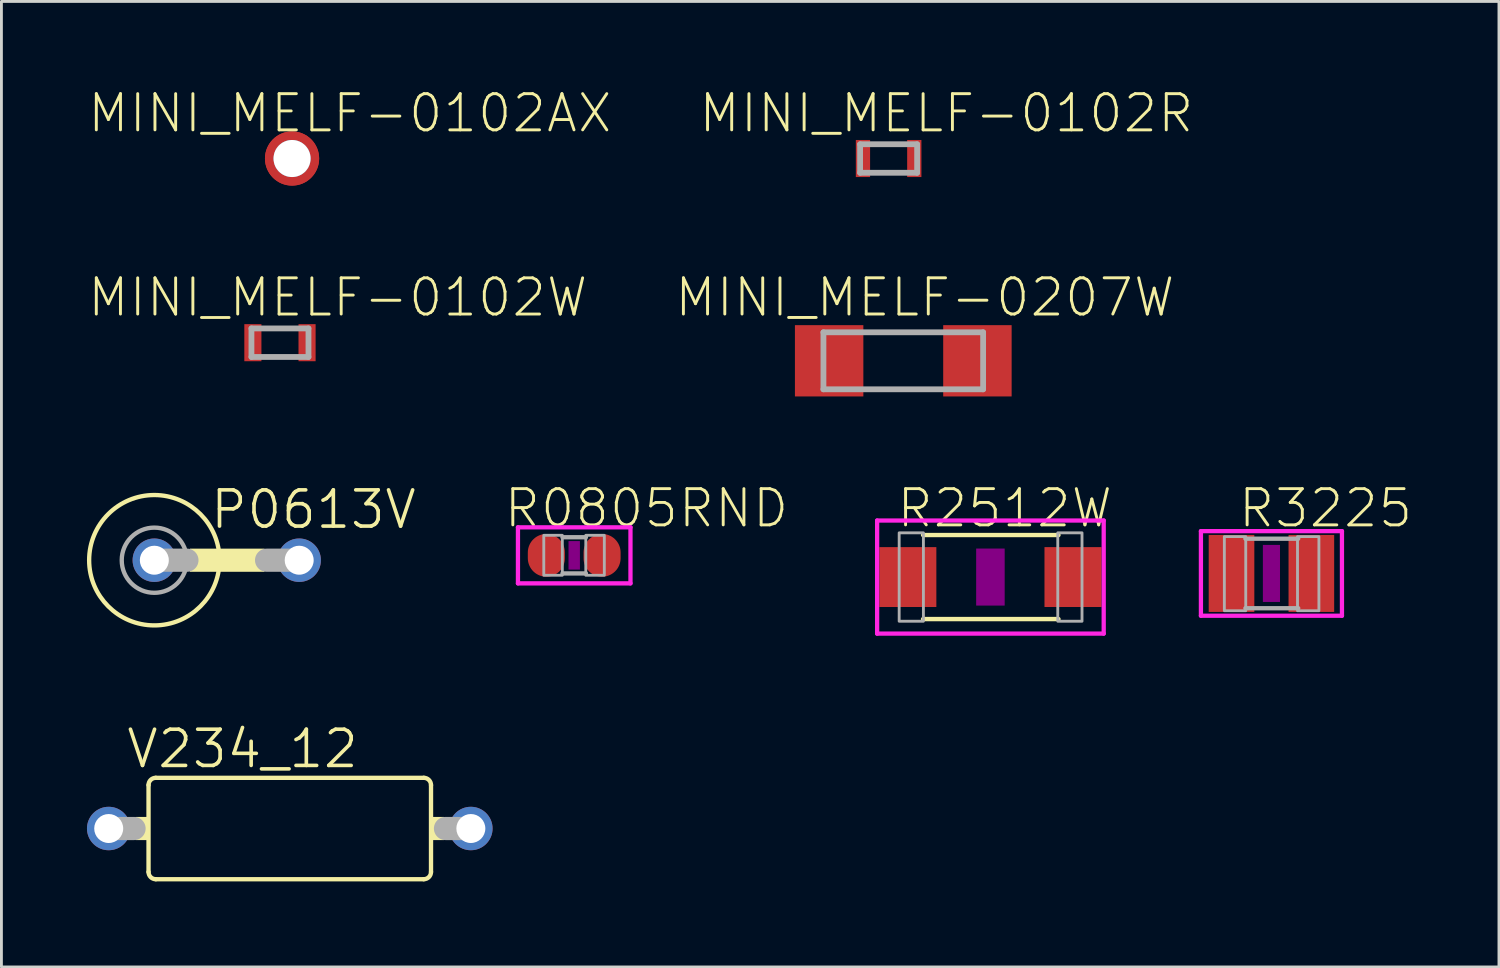
<source format=kicad_pcb>
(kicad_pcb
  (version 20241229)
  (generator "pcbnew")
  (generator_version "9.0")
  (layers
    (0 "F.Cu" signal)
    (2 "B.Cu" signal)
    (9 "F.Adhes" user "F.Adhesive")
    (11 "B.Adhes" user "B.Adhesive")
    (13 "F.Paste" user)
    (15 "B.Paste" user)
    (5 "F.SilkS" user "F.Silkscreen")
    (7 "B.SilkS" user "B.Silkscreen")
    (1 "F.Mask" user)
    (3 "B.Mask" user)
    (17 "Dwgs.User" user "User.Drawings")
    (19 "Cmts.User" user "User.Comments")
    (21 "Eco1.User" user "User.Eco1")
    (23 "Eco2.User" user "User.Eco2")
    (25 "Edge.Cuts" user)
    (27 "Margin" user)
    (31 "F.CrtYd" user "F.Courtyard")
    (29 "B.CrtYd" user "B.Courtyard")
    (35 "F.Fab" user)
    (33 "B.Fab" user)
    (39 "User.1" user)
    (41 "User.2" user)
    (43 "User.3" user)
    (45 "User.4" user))
  (footprint "R3225"
    (layer "F.Cu")
    (at 41.538 17.06)
    (property "Reference" "R3225" (at 1.899 -2.286 0) (layer "F.SilkS") (effects (font (size 1.27 1.27) (thickness 0.102))))
    (attr through_hole)
    (fp_poly (pts (xy -0.3 -1) (xy 0.3 -1) (xy 0.3 1) (xy -0.3 1)) (stroke (width 0) (type solid)) (fill yes) (layer "F.Adhes"))
    (fp_line (start -2.473 -1.483) (end 2.473 -1.483) (stroke (width 0.15) (type solid)) (layer "F.CrtYd"))
    (fp_line (start -2.473 1.483) (end -2.473 -1.483) (stroke (width 0.15) (type solid)) (layer "F.CrtYd"))
    (fp_line (start 2.473 -1.483) (end 2.473 1.483) (stroke (width 0.15) (type solid)) (layer "F.CrtYd"))
    (fp_line (start 2.473 1.483) (end -2.473 1.483) (stroke (width 0.15) (type solid)) (layer "F.CrtYd"))
    (fp_line (start -0.913 -1.219) (end 0.939 -1.219) (stroke (width 0.152) (type solid)) (layer "F.Fab"))
    (fp_line (start -0.913 1.219) (end 0.939 1.219) (stroke (width 0.152) (type solid)) (layer "F.Fab"))
    (fp_poly (pts (xy -1.651 -1.292) (xy -0.901 -1.292) (xy -0.901 1.308) (xy -1.651 1.308)) (stroke (width 0.1) (type solid)) (fill no) (layer "F.Fab"))
    (fp_poly (pts (xy 0.914 -1.292) (xy 1.665 -1.292) (xy 1.665 1.308) (xy 0.914 1.308)) (stroke (width 0.1) (type solid)) (fill no) (layer "F.Fab"))
    (pad "1" smd rect (at -1.4 0) (size 1.6 2.7) (layers "F.Cu" "F.Mask" "F.Paste"))
    (pad "2" smd rect (at 1.4 0) (size 1.6 2.7) (layers "F.Cu" "F.Mask" "F.Paste")))
  (footprint "MINI_MELF-0102W"
    (layer "F.Cu")
    (at 6.768 8.968)
    (property "Reference" "MINI_MELF-0102W" (at 2.026 -1.587 0) (layer "F.SilkS") (effects (font (size 1.27 1.27) (thickness 0.102))))
    (attr through_hole)
    (fp_line (start -1 -0.5) (end -1 0.5) (stroke (width 0.203) (type solid)) (layer "F.Fab"))
    (fp_line (start -1 0.5) (end 1 0.5) (stroke (width 0.203) (type solid)) (layer "F.Fab"))
    (fp_line (start 1 -0.5) (end -1 -0.5) (stroke (width 0.203) (type solid)) (layer "F.Fab"))
    (fp_line (start 1 0.5) (end 1 -0.5) (stroke (width 0.203) (type solid)) (layer "F.Fab"))
    (pad "1" smd rect (at -0.95 0) (size 0.6 1.3) (layers "F.Cu" "F.Mask" "F.Paste"))
    (pad "2" smd rect (at 0.95 0) (size 0.6 1.3) (layers "F.Cu" "F.Mask" "F.Paste")))
  (footprint "MINI_MELF-0207W"
    (layer "F.Cu")
    (at 28.627 9.603)
    (property "Reference" "MINI_MELF-0207W" (at 0.756 -2.223 0) (layer "F.SilkS") (effects (font (size 1.27 1.27) (thickness 0.102))))
    (attr through_hole)
    (fp_line (start -2.8 -1) (end -2.8 1) (stroke (width 0.203) (type solid)) (layer "F.Fab"))
    (fp_line (start -2.8 1) (end 2.8 1) (stroke (width 0.203) (type solid)) (layer "F.Fab"))
    (fp_line (start 2.8 -1) (end -2.8 -1) (stroke (width 0.203) (type solid)) (layer "F.Fab"))
    (fp_line (start 2.8 1) (end 2.8 -1) (stroke (width 0.203) (type solid)) (layer "F.Fab"))
    (pad "1" smd rect (at -2.6 0) (size 2.4 2.5) (layers "F.Cu" "F.Mask" "F.Paste"))
    (pad "2" smd rect (at 2.6 0) (size 2.4 2.5) (layers "F.Cu" "F.Mask" "F.Paste")))
  (footprint "MINI_MELF-0102R"
    (layer "F.Cu")
    (at 28.113 2.509)
    (property "Reference" "MINI_MELF-0102R" (at 2.026 -1.587 0) (layer "F.SilkS") (effects (font (size 1.27 1.27) (thickness 0.102))))
    (attr through_hole)
    (fp_line (start -1 -0.5) (end -1 0.5) (stroke (width 0.203) (type solid)) (layer "F.Fab"))
    (fp_line (start -1 0.5) (end 1 0.5) (stroke (width 0.203) (type solid)) (layer "F.Fab"))
    (fp_line (start 1 -0.5) (end -1 -0.5) (stroke (width 0.203) (type solid)) (layer "F.Fab"))
    (fp_line (start 1 0.5) (end 1 -0.5) (stroke (width 0.203) (type solid)) (layer "F.Fab"))
    (pad "1" smd rect (at -0.9 0) (size 0.5 1.3) (layers "F.Cu" "F.Mask" "F.Paste"))
    (pad "2" smd rect (at 0.9 0) (size 0.5 1.3) (layers "F.Cu" "F.Mask" "F.Paste")))
  (footprint "V234_12"
    (layer "F.Cu")
    (at 7.112 26.005)
    (property "Reference" "V234_12" (at -1.657 -2.794 0) (layer "F.SilkS") (effects (font (size 1.27 1.27) (thickness 0.127))))
    (attr through_hole)
    (fp_line (start -4.953 -1.524) (end -4.953 1.524) (stroke (width 0.152) (type solid)) (layer "F.SilkS"))
    (fp_line (start -4.699 -1.778) (end 4.699 -1.778) (stroke (width 0.152) (type solid)) (layer "F.SilkS"))
    (fp_line (start 4.699 1.778) (end -4.699 1.778) (stroke (width 0.152) (type solid)) (layer "F.SilkS"))
    (fp_line (start 4.953 -1.524) (end 4.953 1.524) (stroke (width 0.152) (type solid)) (layer "F.SilkS"))
    (fp_arc (start -4.953 -1.524) (mid -4.878605 -1.703605) (end -4.699 -1.778) (stroke (width 0.1524) (type solid)) (layer "F.SilkS"))
    (fp_arc (start -4.699 1.778) (mid -4.878605 1.703605) (end -4.953 1.524) (stroke (width 0.1524) (type solid)) (layer "F.SilkS"))
    (fp_arc (start 4.699 -1.778) (mid 4.878605 -1.703605) (end 4.953 -1.524) (stroke (width 0.1524) (type solid)) (layer "F.SilkS"))
    (fp_arc (start 4.953 1.524) (mid 4.878605 1.703605) (end 4.699 1.778) (stroke (width 0.1524) (type solid)) (layer "F.SilkS"))
    (fp_poly (pts (xy -5.41 -0.406) (xy -4.953 -0.406) (xy -4.953 0.406) (xy -5.41 0.406)) (stroke (width 0) (type solid)) (fill yes) (layer "F.SilkS"))
    (fp_poly (pts (xy 4.953 -0.406) (xy 5.41 -0.406) (xy 5.41 0.406) (xy 4.953 0.406)) (stroke (width 0) (type solid)) (fill yes) (layer "F.SilkS"))
    (fp_line (start -6.35 0) (end -5.461 0) (stroke (width 0.813) (type solid)) (layer "F.Fab"))
    (fp_line (start 6.35 0) (end 5.461 0) (stroke (width 0.813) (type solid)) (layer "F.Fab"))
    (pad "1" thru_hole circle (at -6.35 0) (size 1.524 1.524) (drill 1.016) (layers "*.Cu" "*.Mask"))
    (pad "2" thru_hole circle (at 6.35 0) (size 1.524 1.524) (drill 1.016) (layers "*.Cu" "*.Mask")))
  (footprint "R0805RND"
    (layer "F.Cu")
    (at 17.087 16.425)
    (property "Reference" "R0805RND" (at 2.534 -1.651 0) (layer "F.SilkS") (effects (font (size 1.27 1.27) (thickness 0.102))))
    (attr through_hole)
    (fp_poly (pts (xy -0.2 -0.5) (xy 0.2 -0.5) (xy 0.2 0.5) (xy -0.2 0.5)) (stroke (width 0) (type solid)) (fill yes) (layer "F.Adhes"))
    (fp_line (start -1.973 -0.983) (end 1.973 -0.983) (stroke (width 0.15) (type solid)) (layer "F.CrtYd"))
    (fp_line (start -1.973 0.983) (end -1.973 -0.983) (stroke (width 0.15) (type solid)) (layer "F.CrtYd"))
    (fp_line (start 1.973 -0.983) (end 1.973 0.983) (stroke (width 0.15) (type solid)) (layer "F.CrtYd"))
    (fp_line (start 1.973 0.983) (end -1.973 0.983) (stroke (width 0.15) (type solid)) (layer "F.CrtYd"))
    (fp_line (start -0.41 -0.635) (end 0.41 -0.635) (stroke (width 0.152) (type solid)) (layer "F.Fab"))
    (fp_line (start -0.41 0.635) (end 0.41 0.635) (stroke (width 0.152) (type solid)) (layer "F.Fab"))
    (fp_poly (pts (xy -1.067 -0.702) (xy -0.417 -0.702) (xy -0.417 0.699) (xy -1.067 0.699)) (stroke (width 0.1) (type solid)) (fill no) (layer "F.Fab"))
    (fp_poly (pts (xy 0.406 -0.702) (xy 1.056 -0.702) (xy 1.056 0.699) (xy 0.406 0.699)) (stroke (width 0.1) (type solid)) (fill no) (layer "F.Fab"))
    (pad "1" smd oval (at -0.977 0) (size 1.3 1.5) (layers "F.Cu" "F.Mask" "F.Paste"))
    (pad "2" smd oval (at 0.977 0) (size 1.3 1.5) (layers "F.Cu" "F.Mask" "F.Paste")))
  (footprint "R2512W"
    (layer "F.Cu")
    (at 31.683 17.187)
    (property "Reference" "R2512W" (at 0.502 -2.413 0) (layer "F.SilkS") (effects (font (size 1.27 1.27) (thickness 0.102))))
    (attr through_hole)
    (fp_line (start -2.362 -1.473) (end 2.387 -1.473) (stroke (width 0.152) (type solid)) (layer "F.SilkS"))
    (fp_line (start -2.362 1.473) (end 2.387 1.473) (stroke (width 0.152) (type solid)) (layer "F.SilkS"))
    (fp_poly (pts (xy -0.5 -1) (xy 0.5 -1) (xy 0.5 1) (xy -0.5 1)) (stroke (width 0) (type solid)) (fill yes) (layer "F.Adhes"))
    (fp_line (start -3.973 -1.983) (end 3.973 -1.983) (stroke (width 0.15) (type solid)) (layer "F.CrtYd"))
    (fp_line (start -3.973 1.983) (end -3.973 -1.983) (stroke (width 0.15) (type solid)) (layer "F.CrtYd"))
    (fp_line (start 3.973 -1.983) (end 3.973 1.983) (stroke (width 0.15) (type solid)) (layer "F.CrtYd"))
    (fp_line (start 3.973 1.983) (end -3.973 1.983) (stroke (width 0.15) (type solid)) (layer "F.CrtYd"))
    (fp_poly (pts (xy -3.2 -1.551) (xy -2.35 -1.551) (xy -2.35 1.549) (xy -3.2 1.549)) (stroke (width 0.1) (type solid)) (fill no) (layer "F.Fab"))
    (fp_poly (pts (xy 2.362 -1.551) (xy 3.212 -1.551) (xy 3.212 1.549) (xy 2.362 1.549)) (stroke (width 0.1) (type solid)) (fill no) (layer "F.Fab"))
    (pad "1" smd rect (at -2.896 0) (size 2 2.1) (layers "F.Cu" "F.Mask" "F.Paste"))
    (pad "2" smd rect (at 2.896 0) (size 2 2.1) (layers "F.Cu" "F.Mask" "F.Paste")))
  (footprint "MINI_MELF-0102AX"
    (layer "F.Cu")
    (at 7.192 2.509)
    (property "Reference" "MINI_MELF-0102AX" (at 2.026 -1.587 0) (layer "F.SilkS") (effects (font (size 1.27 1.27) (thickness 0.102))))
    (attr through_hole)
    (fp_poly (pts (xy 0.6 0) (xy 0.58 0.155) (xy 0.52 0.3) (xy 0.424 0.424) (xy 0.3 0.52) (xy 0.155 0.58) (xy 0 0.6) (xy -0.155 0.58) (xy -0.3 0.52) (xy -0.424 0.424) (xy -0.52 0.3) (xy -0.58 0.155) (xy -0.6 0) (xy -0.58 -0.155) (xy -0.52 -0.3) (xy -0.424 -0.424) (xy -0.3 -0.52) (xy -0.155 -0.58) (xy 0 -0.6) (xy 0.155 -0.58) (xy 0.3 -0.52) (xy 0.424 -0.424) (xy 0.52 -0.3) (xy 0.58 -0.155)) (stroke (width 0.1) (type solid)) (fill no) (layer "B.Fab"))
    (fp_poly (pts (xy 0.6 0) (xy 0.58 0.155) (xy 0.52 0.3) (xy 0.424 0.424) (xy 0.3 0.52) (xy 0.155 0.58) (xy 0 0.6) (xy -0.155 0.58) (xy -0.3 0.52) (xy -0.424 0.424) (xy -0.52 0.3) (xy -0.58 0.155) (xy -0.6 0) (xy -0.58 -0.155) (xy -0.52 -0.3) (xy -0.424 -0.424) (xy -0.3 -0.52) (xy -0.155 -0.58) (xy 0 -0.6) (xy 0.155 -0.58) (xy 0.3 -0.52) (xy 0.424 -0.424) (xy 0.52 -0.3) (xy 0.58 -0.155)) (stroke (width 0.1) (type solid)) (fill no) (layer "F.Fab"))
    (pad "" np_thru_hole circle (at 0 0) (size 1.3 1.3) (drill 1.3) (layers "*.Cu"))
    (pad "1" smd oval (at 0 0) (size 1.9 1.9) (layers "F.Cu" "F.Mask" "F.Paste"))
    (pad "2" smd oval (at 0 0) (size 1.9 1.9) (layers "F.Cu" "F.Mask" "F.Paste")))
  (footprint "P0613V"
    (layer "F.Cu")
    (at 4.902 16.596)
    (property "Reference" "P0613V" (at 3.042 -1.778 0) (layer "F.SilkS") (effects (font (size 1.27 1.27) (thickness 0.127))))
    (attr through_hole)
    (fp_circle (center -2.54 0) (end -0.254 0) (stroke (width 0.152) (type solid)) (fill no) (layer "F.SilkS"))
    (fp_poly (pts (xy -1.295 -0.406) (xy 1.321 -0.406) (xy 1.321 0.406) (xy -1.295 0.406)) (stroke (width 0) (type solid)) (fill yes) (layer "F.SilkS"))
    (fp_line (start -2.54 0) (end -1.397 0) (stroke (width 0.813) (type solid)) (layer "F.Fab"))
    (fp_line (start 2.54 0) (end 1.397 0) (stroke (width 0.813) (type solid)) (layer "F.Fab"))
    (fp_circle (center -2.54 0) (end -1.397 0) (stroke (width 0.152) (type solid)) (fill no) (layer "F.Fab"))
    (pad "1" thru_hole circle (at -2.54 0) (size 1.524 1.524) (drill 1.016) (layers "*.Cu" "*.Mask"))
    (pad "2" thru_hole circle (at 2.54 0) (size 1.524 1.524) (drill 1.016) (layers "*.Cu" "*.Mask")))
  (gr_rect
    (start -3 -3)
    (end 49.517 30.859)
    (stroke (width 0.1) (type default))
    (fill no)
    (layer "Edge.Cuts")))
</source>
